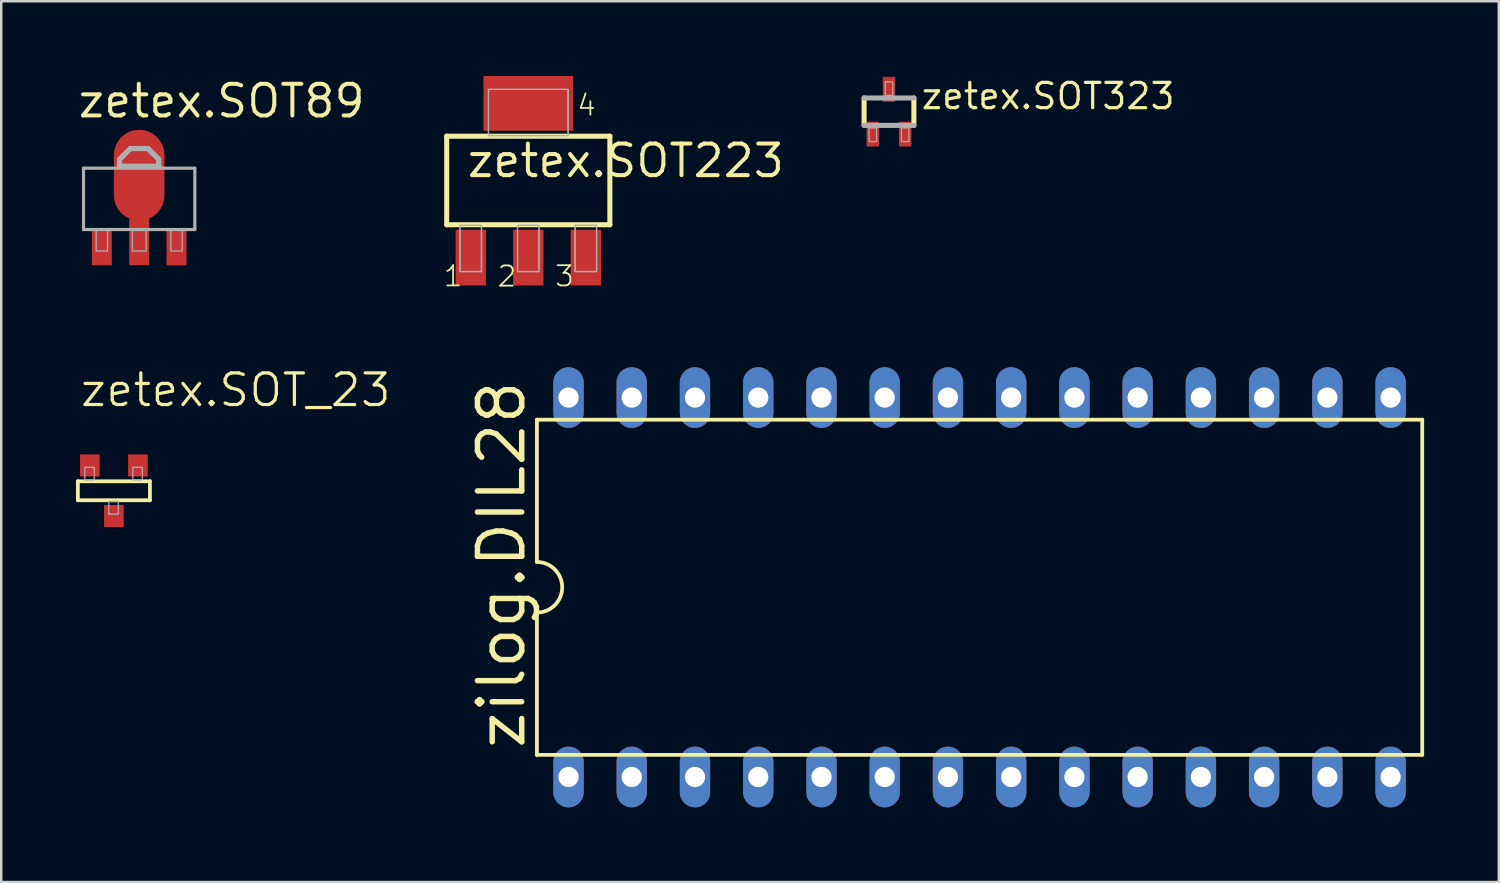
<source format=kicad_pcb>
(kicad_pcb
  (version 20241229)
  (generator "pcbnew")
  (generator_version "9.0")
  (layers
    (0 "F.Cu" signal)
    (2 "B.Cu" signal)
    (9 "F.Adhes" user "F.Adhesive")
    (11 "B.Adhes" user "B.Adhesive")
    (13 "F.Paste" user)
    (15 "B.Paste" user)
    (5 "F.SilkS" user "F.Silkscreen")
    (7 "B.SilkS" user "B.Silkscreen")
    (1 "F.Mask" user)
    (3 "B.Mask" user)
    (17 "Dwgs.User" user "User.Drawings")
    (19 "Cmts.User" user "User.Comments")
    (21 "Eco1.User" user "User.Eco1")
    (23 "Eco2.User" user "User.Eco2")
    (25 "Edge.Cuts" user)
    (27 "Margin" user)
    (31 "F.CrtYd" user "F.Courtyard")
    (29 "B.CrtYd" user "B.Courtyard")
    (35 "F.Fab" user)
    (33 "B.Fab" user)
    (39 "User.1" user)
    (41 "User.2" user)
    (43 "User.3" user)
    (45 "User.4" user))
  (footprint "zetex.SOT323"
    (layer "F.Cu")
    (at 32.657 1.436)
    (property "Reference" "zetex.SOT323" (at 1.225 -0.03 0) (layer "F.SilkS") (effects (font (size 1.016 1.016) (thickness 0.13)) (justify left bottom)))
    (attr smd)
    (fp_line (start -1 -0.55) (end -1 0.55) (stroke (width 0.203) (type default)) (layer "F.SilkS"))
    (fp_line (start 1 0.55) (end 1 -0.55) (stroke (width 0.203) (type default)) (layer "F.SilkS"))
    (fp_line (start -1 0.55) (end 1 0.55) (stroke (width 0.203) (type default)) (layer "F.Fab"))
    (fp_line (start 1 -0.55) (end -1 -0.55) (stroke (width 0.203) (type default)) (layer "F.Fab"))
    (fp_rect (start -0.8 1.2) (end -0.5 0.65) (stroke (width 0.05) (type default)) (fill no) (layer "F.Fab"))
    (fp_rect (start -0.15 -0.65) (end 0.15 -1.2) (stroke (width 0.05) (type default)) (fill no) (layer "F.Fab"))
    (fp_rect (start 0.5 1.2) (end 0.8 0.65) (stroke (width 0.05) (type default)) (fill no) (layer "F.Fab"))
    (pad "1" smd roundrect (at 0 -0.9) (size 0.5 1) (layers "F.Cu" "F.Mask" "F.Paste") (roundrect_rratio 0.01))
    (pad "2" smd roundrect (at -0.65 0.9) (size 0.5 1) (layers "F.Cu" "F.Mask" "F.Paste") (roundrect_rratio 0.01))
    (pad "3" smd roundrect (at 0.65 0.9) (size 0.5 1) (layers "F.Cu" "F.Mask" "F.Paste") (roundrect_rratio 0.01)))
  (footprint "zetex.SOT_23"
    (layer "F.Cu")
    (at 1.499 16.662)
    (property "Reference" "zetex.SOT_23" (at -1.397 -3.302 0) (layer "F.SilkS") (effects (font (size 1.27 1.27) (thickness 0.13)) (justify left bottom)))
    (attr smd)
    (fp_line (start -1.422 -0.381) (end 1.473 -0.381) (stroke (width 0.152) (type default)) (layer "F.SilkS"))
    (fp_line (start -1.422 0.381) (end -1.422 -0.381) (stroke (width 0.152) (type default)) (layer "F.SilkS"))
    (fp_line (start 1.473 -0.381) (end 1.473 0.381) (stroke (width 0.152) (type default)) (layer "F.SilkS"))
    (fp_line (start 1.473 0.381) (end -1.422 0.381) (stroke (width 0.152) (type default)) (layer "F.SilkS"))
    (fp_rect (start -1.143 -0.432) (end -0.762 -0.94) (stroke (width 0.05) (type default)) (fill no) (layer "F.Fab"))
    (fp_rect (start -0.178 0.94) (end 0.203 0.432) (stroke (width 0.05) (type default)) (fill no) (layer "F.Fab"))
    (fp_rect (start 0.787 -0.432) (end 1.168 -0.94) (stroke (width 0.05) (type default)) (fill no) (layer "F.Fab"))
    (pad "1" smd roundrect (at 0.025 1.016) (size 0.787 0.889) (layers "F.Cu" "F.Mask" "F.Paste") (roundrect_rratio 0.01))
    (pad "2" smd roundrect (at -0.94 -1.016) (size 0.787 0.889) (layers "F.Cu" "F.Mask" "F.Paste") (roundrect_rratio 0.01))
    (pad "3" smd roundrect (at 0.991 -1.016) (size 0.787 0.889) (layers "F.Cu" "F.Mask" "F.Paste") (roundrect_rratio 0.01)))
  (footprint "zetex.SOT223"
    (layer "F.Cu")
    (at 18.169 4.199)
    (property "Reference" "zetex.SOT223" (at -2.54 -0.051 0) (layer "F.SilkS") (effects (font (size 1.27 1.27) (thickness 0.16)) (justify left bottom)))
    (attr smd)
    (fp_line (start -3.277 -1.778) (end 3.277 -1.778) (stroke (width 0.203) (type default)) (layer "F.SilkS"))
    (fp_line (start -3.277 1.778) (end -3.277 -1.778) (stroke (width 0.203) (type default)) (layer "F.SilkS"))
    (fp_line (start 3.277 -1.778) (end 3.277 1.778) (stroke (width 0.203) (type default)) (layer "F.SilkS"))
    (fp_line (start 3.277 1.778) (end -3.277 1.778) (stroke (width 0.203) (type default)) (layer "F.SilkS"))
    (fp_rect (start -2.743 3.658) (end -1.88 1.803) (stroke (width 0.05) (type default)) (fill no) (layer "F.Fab"))
    (fp_rect (start -2.743 3.658) (end -1.88 1.803) (stroke (width 0.05) (type default)) (fill no) (layer "F.Fab"))
    (fp_rect (start -1.6 -1.803) (end 1.6 -3.658) (stroke (width 0.05) (type default)) (fill no) (layer "F.Fab"))
    (fp_rect (start -1.6 -1.803) (end 1.6 -3.658) (stroke (width 0.05) (type default)) (fill no) (layer "F.Fab"))
    (fp_rect (start -0.432 3.658) (end 0.432 1.803) (stroke (width 0.05) (type default)) (fill no) (layer "F.Fab"))
    (fp_rect (start -0.432 3.658) (end 0.432 1.803) (stroke (width 0.05) (type default)) (fill no) (layer "F.Fab"))
    (fp_rect (start 1.88 3.658) (end 2.743 1.803) (stroke (width 0.05) (type default)) (fill no) (layer "F.Fab"))
    (fp_rect (start 1.88 3.658) (end 2.743 1.803) (stroke (width 0.05) (type default)) (fill no) (layer "F.Fab"))
    (fp_text user "4" (at 1.905 -2.54 0) (layer "F.SilkS") (effects (font (size 0.813 0.813) (thickness 0.07)) (justify left bottom)))
    (fp_text user "1" (at -3.453 4.318 0) (layer "F.SilkS") (effects (font (size 0.813 0.813) (thickness 0.07)) (justify left bottom)))
    (fp_text user "2" (at -1.291 4.327 0) (layer "F.SilkS") (effects (font (size 0.813 0.813) (thickness 0.07)) (justify left bottom)))
    (fp_text user "3" (at 1.021 4.318 0) (layer "F.SilkS") (effects (font (size 0.813 0.813) (thickness 0.07)) (justify left bottom)))
    (pad "1" smd roundrect (at -2.311 3.099) (size 1.219 2.235) (layers "F.Cu" "F.Mask" "F.Paste") (roundrect_rratio 0.01))
    (pad "2" smd roundrect (at 0 3.099) (size 1.219 2.235) (layers "F.Cu" "F.Mask" "F.Paste") (roundrect_rratio 0.01))
    (pad "3" smd roundrect (at 2.311 3.099) (size 1.219 2.235) (layers "F.Cu" "F.Mask" "F.Paste") (roundrect_rratio 0.01))
    (pad "4" smd roundrect (at 0 -3.099) (size 3.6 2.2) (layers "F.Cu" "F.Mask" "F.Paste") (roundrect_rratio 0.01)))
  (footprint "zetex.SOT89"
    (layer "F.Cu")
    (at 2.54 4.925)
    (property "Reference" "zetex.SOT89" (at -2.54 -3.175 0) (layer "F.SilkS") (effects (font (size 1.27 1.27) (thickness 0.16)) (justify left bottom)))
    (attr smd)
    (fp_rect (start -0.5 2.78) (end 0.5 1.18) (stroke (width 0.05) (type default)) (fill yes) (layer "F.Mask"))
    (fp_rect (start -0.4 2.68) (end 0.4 1.28) (stroke (width 0.05) (type default)) (fill yes) (layer "F.Paste"))
    (fp_line (start -2.235 -1.219) (end 2.235 -1.219) (stroke (width 0.127) (type default)) (layer "F.Fab"))
    (fp_line (start -2.235 1.245) (end -2.235 -1.219) (stroke (width 0.127) (type default)) (layer "F.Fab"))
    (fp_line (start -0.787 -1.575) (end -0.356 -2.007) (stroke (width 0.2) (type default)) (layer "F.Fab"))
    (fp_line (start -0.787 -1.295) (end -0.787 -1.575) (stroke (width 0.2) (type default)) (layer "F.Fab"))
    (fp_line (start -0.356 -2.007) (end 0.356 -2.007) (stroke (width 0.2) (type default)) (layer "F.Fab"))
    (fp_line (start 0.356 -2.007) (end 0.787 -1.575) (stroke (width 0.2) (type default)) (layer "F.Fab"))
    (fp_line (start 0.787 -1.575) (end 0.787 -1.295) (stroke (width 0.2) (type default)) (layer "F.Fab"))
    (fp_line (start 0.787 -1.295) (end -0.787 -1.295) (stroke (width 0.2) (type default)) (layer "F.Fab"))
    (fp_line (start 2.235 -1.219) (end 2.235 1.245) (stroke (width 0.127) (type default)) (layer "F.Fab"))
    (fp_line (start 2.235 1.245) (end -2.235 1.245) (stroke (width 0.127) (type default)) (layer "F.Fab"))
    (fp_rect (start -1.727 2.108) (end -1.27 1.27) (stroke (width 0.05) (type default)) (fill no) (layer "F.Fab"))
    (fp_rect (start -0.279 2.108) (end 0.279 1.27) (stroke (width 0.05) (type default)) (fill no) (layer "F.Fab"))
    (fp_rect (start 1.27 2.108) (end 1.727 1.27) (stroke (width 0.05) (type default)) (fill no) (layer "F.Fab"))
    (fp_poly (pts (xy -0.787 -1.321) (xy -0.787 -1.575) (xy -0.356 -2.007) (xy 0.305 -2.007) (xy 0.356 -2.007) (xy 0.787 -1.575) (xy 0.787 -1.295) (xy -0.787 -1.295)) (stroke (width 0.2) (type default)) (fill no) (layer "F.Fab"))
    (pad "1" smd roundrect (at -1.499 1.981) (size 0.8 1.4) (layers "F.Cu" "F.Mask" "F.Paste") (roundrect_rratio 0.01))
    (pad "2" smd roundrect (at 0 1.727) (size 0.8 1.9) (layers "F.Cu" "F.Mask" "F.Paste") (roundrect_rratio 0.01))
    (pad "2@1" smd roundrect (at 0 -0.94) (size 2.032 3.65) (layers "F.Cu" "F.Mask" "F.Paste") (roundrect_rratio 0.5))
    (pad "3" smd roundrect (at 1.499 1.981) (size 0.8 1.4) (layers "F.Cu" "F.Mask" "F.Paste") (roundrect_rratio 0.01)))
  (footprint "zilog.DIL28"
    (layer "F.Cu")
    (at 36.295 20.539)
    (property "Reference" "zilog.DIL28" (at -18.161 6.604 90) (layer "F.SilkS") (effects (font (size 1.778 1.778) (thickness 0.22)) (justify left bottom)))
    (attr through_hole)
    (fp_line (start -17.78 -6.731) (end -17.78 -1.016) (stroke (width 0.152) (type default)) (layer "F.SilkS"))
    (fp_line (start -17.78 6.731) (end -17.78 1.016) (stroke (width 0.152) (type default)) (layer "F.SilkS"))
    (fp_line (start -17.78 6.731) (end 17.78 6.731) (stroke (width 0.152) (type default)) (layer "F.SilkS"))
    (fp_line (start 17.78 -6.731) (end -17.78 -6.731) (stroke (width 0.152) (type default)) (layer "F.SilkS"))
    (fp_line (start 17.78 -6.731) (end 17.78 6.731) (stroke (width 0.152) (type default)) (layer "F.SilkS"))
    (fp_arc (start -17.78 -1.016) (mid -16.764 0) (end -17.78 1.016) (stroke (width 0.1524) (type default)) (layer "F.SilkS"))
    (pad "1" thru_hole oval (at -16.51 7.62 90) (size 2.438 1.219) (drill 0.813) (layers "*.Cu" "*.Mask"))
    (pad "2" thru_hole oval (at -13.97 7.62 90) (size 2.438 1.219) (drill 0.813) (layers "*.Cu" "*.Mask"))
    (pad "3" thru_hole oval (at -11.43 7.62 90) (size 2.438 1.219) (drill 0.813) (layers "*.Cu" "*.Mask"))
    (pad "4" thru_hole oval (at -8.89 7.62 90) (size 2.438 1.219) (drill 0.813) (layers "*.Cu" "*.Mask"))
    (pad "5" thru_hole oval (at -6.35 7.62 90) (size 2.438 1.219) (drill 0.813) (layers "*.Cu" "*.Mask"))
    (pad "6" thru_hole oval (at -3.81 7.62 90) (size 2.438 1.219) (drill 0.813) (layers "*.Cu" "*.Mask"))
    (pad "7" thru_hole oval (at -1.27 7.62 90) (size 2.438 1.219) (drill 0.813) (layers "*.Cu" "*.Mask"))
    (pad "8" thru_hole oval (at 1.27 7.62 90) (size 2.438 1.219) (drill 0.813) (layers "*.Cu" "*.Mask"))
    (pad "9" thru_hole oval (at 3.81 7.62 90) (size 2.438 1.219) (drill 0.813) (layers "*.Cu" "*.Mask"))
    (pad "10" thru_hole oval (at 6.35 7.62 90) (size 2.438 1.219) (drill 0.813) (layers "*.Cu" "*.Mask"))
    (pad "11" thru_hole oval (at 8.89 7.62 90) (size 2.438 1.219) (drill 0.813) (layers "*.Cu" "*.Mask"))
    (pad "12" thru_hole oval (at 11.43 7.62 90) (size 2.438 1.219) (drill 0.813) (layers "*.Cu" "*.Mask"))
    (pad "13" thru_hole oval (at 13.97 7.62 90) (size 2.438 1.219) (drill 0.813) (layers "*.Cu" "*.Mask"))
    (pad "14" thru_hole oval (at 16.51 7.62 90) (size 2.438 1.219) (drill 0.813) (layers "*.Cu" "*.Mask"))
    (pad "15" thru_hole oval (at 16.51 -7.62 90) (size 2.438 1.219) (drill 0.813) (layers "*.Cu" "*.Mask"))
    (pad "16" thru_hole oval (at 13.97 -7.62 90) (size 2.438 1.219) (drill 0.813) (layers "*.Cu" "*.Mask"))
    (pad "17" thru_hole oval (at 11.43 -7.62 90) (size 2.438 1.219) (drill 0.813) (layers "*.Cu" "*.Mask"))
    (pad "18" thru_hole oval (at 8.89 -7.62 90) (size 2.438 1.219) (drill 0.813) (layers "*.Cu" "*.Mask"))
    (pad "19" thru_hole oval (at 6.35 -7.62 90) (size 2.438 1.219) (drill 0.813) (layers "*.Cu" "*.Mask"))
    (pad "20" thru_hole oval (at 3.81 -7.62 90) (size 2.438 1.219) (drill 0.813) (layers "*.Cu" "*.Mask"))
    (pad "21" thru_hole oval (at 1.27 -7.62 90) (size 2.438 1.219) (drill 0.813) (layers "*.Cu" "*.Mask"))
    (pad "22" thru_hole oval (at -1.27 -7.62 90) (size 2.438 1.219) (drill 0.813) (layers "*.Cu" "*.Mask"))
    (pad "23" thru_hole oval (at -3.81 -7.62 90) (size 2.438 1.219) (drill 0.813) (layers "*.Cu" "*.Mask"))
    (pad "24" thru_hole oval (at -6.35 -7.62 90) (size 2.438 1.219) (drill 0.813) (layers "*.Cu" "*.Mask"))
    (pad "25" thru_hole oval (at -8.89 -7.62 90) (size 2.438 1.219) (drill 0.813) (layers "*.Cu" "*.Mask"))
    (pad "26" thru_hole oval (at -11.43 -7.62 90) (size 2.438 1.219) (drill 0.813) (layers "*.Cu" "*.Mask"))
    (pad "27" thru_hole oval (at -13.97 -7.62 90) (size 2.438 1.219) (drill 0.813) (layers "*.Cu" "*.Mask"))
    (pad "28" thru_hole oval (at -16.51 -7.62 90) (size 2.438 1.219) (drill 0.813) (layers "*.Cu" "*.Mask")))
  (gr_rect
    (start -3 -3)
    (end 57.151 32.379)
    (stroke (width 0.1) (type default))
    (fill no)
    (layer "Edge.Cuts")))
</source>
